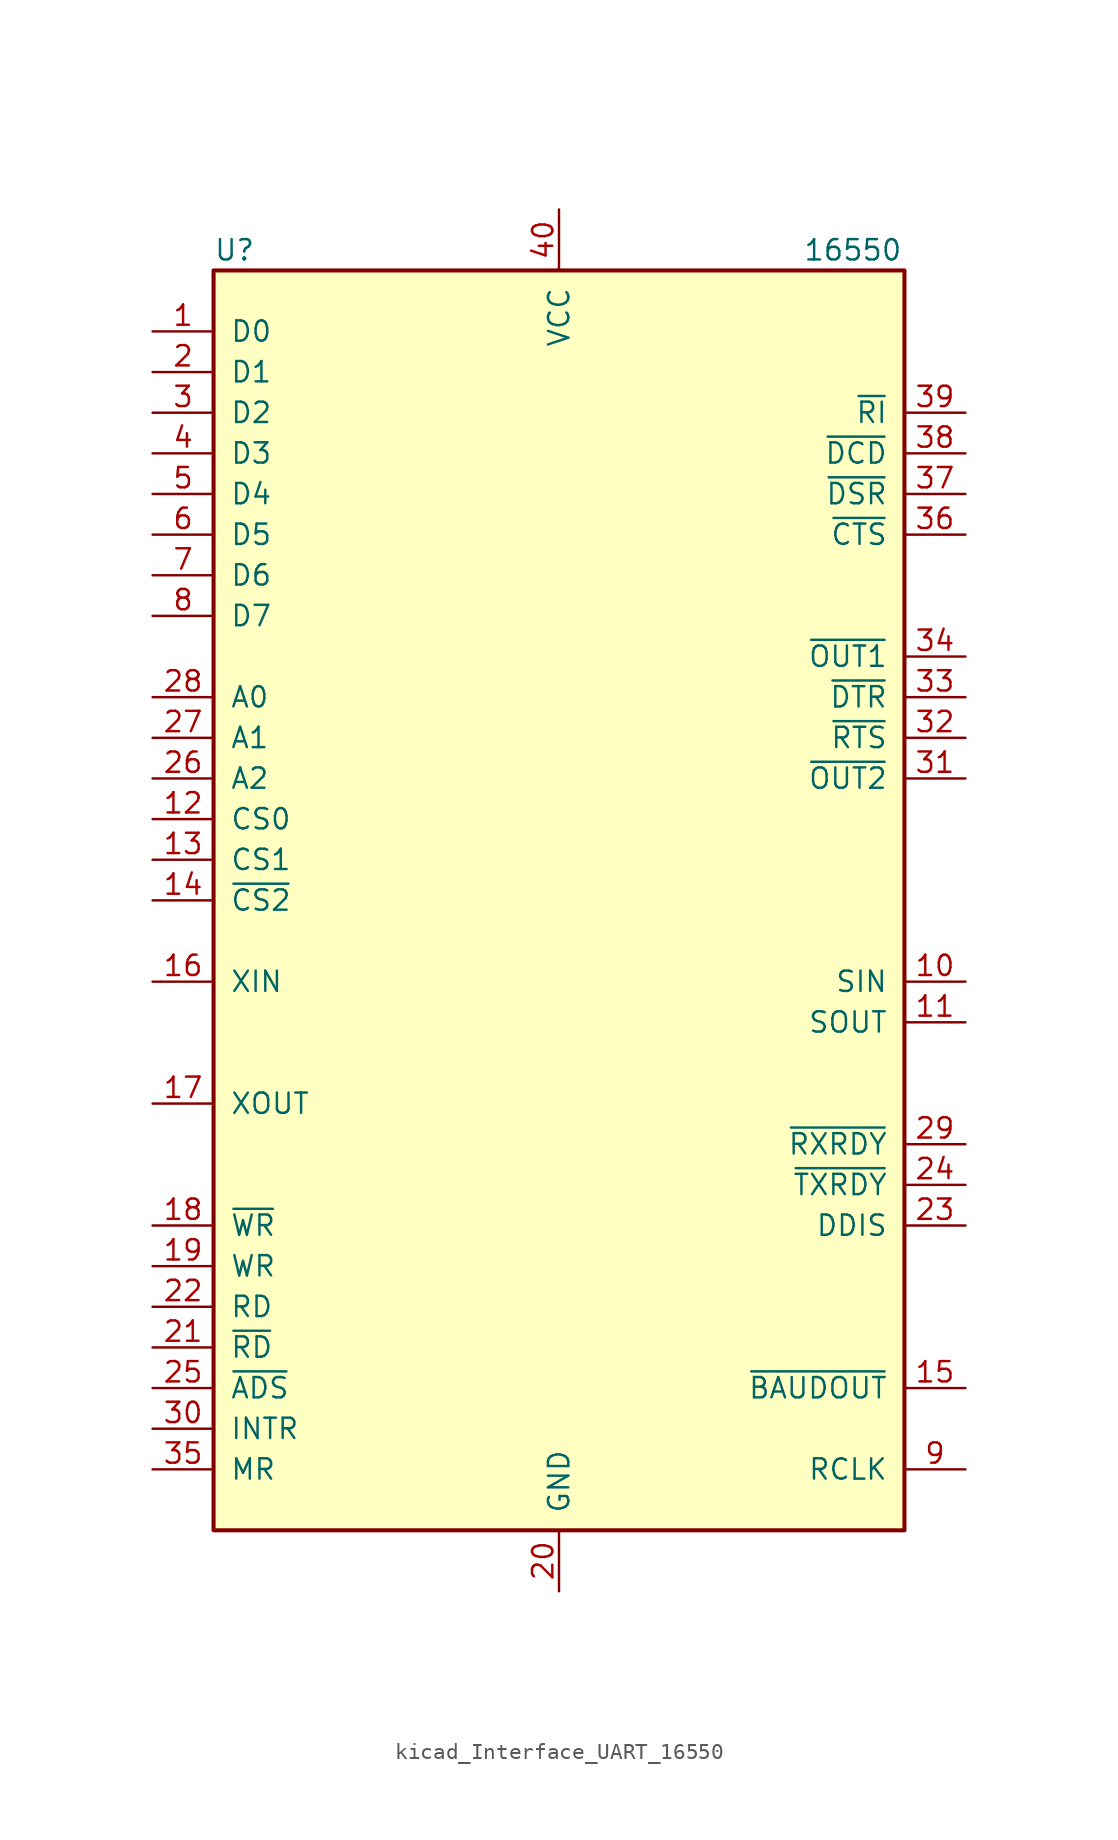
<source format=kicad_sym>
(kicad_symbol_lib
  (version 20220914)
  (generator kicad_symbol_editor)
  (symbol "kicad_Interface_UART_16550"
    (pin_names
      (offset 1.016))
    (property "Reference" "U"
      (at -21.59 40.64 0)
      (effects (font (size 1.27 1.27)) (justify left)))
    (property "Value" "16550"
      (at 15.24 40.64 0)
      (effects (font (size 1.27 1.27)) (justify left)))
    (symbol "kicad_Interface_UART_16550_0_1"
      (rectangle (start -21.59 -39.37) (end 21.59 39.37) (stroke (width 0.254) (type default)) (fill (type background))))
    (symbol "kicad_Interface_UART_16550_1_1"
      (pin bidirectional line (at -25.4 35.56 0) (length 3.81) (name "D0" (effects (font (size 1.27 1.27)))) (number "1" (effects (font (size 1.27 1.27)))))
      (pin input line (at 25.4 -5.08 180) (length 3.81) (name "SIN" (effects (font (size 1.27 1.27)))) (number "10" (effects (font (size 1.27 1.27)))))
      (pin output line (at 25.4 -7.62 180) (length 3.81) (name "SOUT" (effects (font (size 1.27 1.27)))) (number "11" (effects (font (size 1.27 1.27)))))
      (pin input line (at -25.4 5.08 0) (length 3.81) (name "CS0" (effects (font (size 1.27 1.27)))) (number "12" (effects (font (size 1.27 1.27)))))
      (pin input line (at -25.4 2.54 0) (length 3.81) (name "CS1" (effects (font (size 1.27 1.27)))) (number "13" (effects (font (size 1.27 1.27)))))
      (pin input line (at -25.4 0 0) (length 3.81) (name "~{CS2}" (effects (font (size 1.27 1.27)))) (number "14" (effects (font (size 1.27 1.27)))))
      (pin output line (at 25.4 -30.48 180) (length 3.81) (name "~{BAUDOUT}" (effects (font (size 1.27 1.27)))) (number "15" (effects (font (size 1.27 1.27)))))
      (pin input line (at -25.4 -5.08 0) (length 3.81) (name "XIN" (effects (font (size 1.27 1.27)))) (number "16" (effects (font (size 1.27 1.27)))))
      (pin output line (at -25.4 -12.7 0) (length 3.81) (name "XOUT" (effects (font (size 1.27 1.27)))) (number "17" (effects (font (size 1.27 1.27)))))
      (pin input line (at -25.4 -20.32 0) (length 3.81) (name "~{WR}" (effects (font (size 1.27 1.27)))) (number "18" (effects (font (size 1.27 1.27)))))
      (pin input line (at -25.4 -22.86 0) (length 3.81) (name "WR" (effects (font (size 1.27 1.27)))) (number "19" (effects (font (size 1.27 1.27)))))
      (pin bidirectional line (at -25.4 33.02 0) (length 3.81) (name "D1" (effects (font (size 1.27 1.27)))) (number "2" (effects (font (size 1.27 1.27)))))
      (pin power_in line (at 0 -43.18 90) (length 3.81) (name "GND" (effects (font (size 1.27 1.27)))) (number "20" (effects (font (size 1.27 1.27)))))
      (pin input line (at -25.4 -27.94 0) (length 3.81) (name "~{RD}" (effects (font (size 1.27 1.27)))) (number "21" (effects (font (size 1.27 1.27)))))
      (pin input line (at -25.4 -25.4 0) (length 3.81) (name "RD" (effects (font (size 1.27 1.27)))) (number "22" (effects (font (size 1.27 1.27)))))
      (pin output line (at 25.4 -20.32 180) (length 3.81) (name "DDIS" (effects (font (size 1.27 1.27)))) (number "23" (effects (font (size 1.27 1.27)))))
      (pin output line (at 25.4 -17.78 180) (length 3.81) (name "~{TXRDY}" (effects (font (size 1.27 1.27)))) (number "24" (effects (font (size 1.27 1.27)))))
      (pin input line (at -25.4 -30.48 0) (length 3.81) (name "~{ADS}" (effects (font (size 1.27 1.27)))) (number "25" (effects (font (size 1.27 1.27)))))
      (pin input line (at -25.4 7.62 0) (length 3.81) (name "A2" (effects (font (size 1.27 1.27)))) (number "26" (effects (font (size 1.27 1.27)))))
      (pin input line (at -25.4 10.16 0) (length 3.81) (name "A1" (effects (font (size 1.27 1.27)))) (number "27" (effects (font (size 1.27 1.27)))))
      (pin input line (at -25.4 12.7 0) (length 3.81) (name "A0" (effects (font (size 1.27 1.27)))) (number "28" (effects (font (size 1.27 1.27)))))
      (pin output line (at 25.4 -15.24 180) (length 3.81) (name "~{RXRDY}" (effects (font (size 1.27 1.27)))) (number "29" (effects (font (size 1.27 1.27)))))
      (pin bidirectional line (at -25.4 30.48 0) (length 3.81) (name "D2" (effects (font (size 1.27 1.27)))) (number "3" (effects (font (size 1.27 1.27)))))
      (pin output line (at -25.4 -33.02 0) (length 3.81) (name "INTR" (effects (font (size 1.27 1.27)))) (number "30" (effects (font (size 1.27 1.27)))))
      (pin output line (at 25.4 7.62 180) (length 3.81) (name "~{OUT2}" (effects (font (size 1.27 1.27)))) (number "31" (effects (font (size 1.27 1.27)))))
      (pin output line (at 25.4 10.16 180) (length 3.81) (name "~{RTS}" (effects (font (size 1.27 1.27)))) (number "32" (effects (font (size 1.27 1.27)))))
      (pin output line (at 25.4 12.7 180) (length 3.81) (name "~{DTR}" (effects (font (size 1.27 1.27)))) (number "33" (effects (font (size 1.27 1.27)))))
      (pin output line (at 25.4 15.24 180) (length 3.81) (name "~{OUT1}" (effects (font (size 1.27 1.27)))) (number "34" (effects (font (size 1.27 1.27)))))
      (pin input line (at -25.4 -35.56 0) (length 3.81) (name "MR" (effects (font (size 1.27 1.27)))) (number "35" (effects (font (size 1.27 1.27)))))
      (pin input line (at 25.4 22.86 180) (length 3.81) (name "~{CTS}" (effects (font (size 1.27 1.27)))) (number "36" (effects (font (size 1.27 1.27)))))
      (pin input line (at 25.4 25.4 180) (length 3.81) (name "~{DSR}" (effects (font (size 1.27 1.27)))) (number "37" (effects (font (size 1.27 1.27)))))
      (pin input line (at 25.4 27.94 180) (length 3.81) (name "~{DCD}" (effects (font (size 1.27 1.27)))) (number "38" (effects (font (size 1.27 1.27)))))
      (pin input line (at 25.4 30.48 180) (length 3.81) (name "~{RI}" (effects (font (size 1.27 1.27)))) (number "39" (effects (font (size 1.27 1.27)))))
      (pin bidirectional line (at -25.4 27.94 0) (length 3.81) (name "D3" (effects (font (size 1.27 1.27)))) (number "4" (effects (font (size 1.27 1.27)))))
      (pin power_in line (at 0 43.18 270) (length 3.81) (name "VCC" (effects (font (size 1.27 1.27)))) (number "40" (effects (font (size 1.27 1.27)))))
      (pin bidirectional line (at -25.4 25.4 0) (length 3.81) (name "D4" (effects (font (size 1.27 1.27)))) (number "5" (effects (font (size 1.27 1.27)))))
      (pin bidirectional line (at -25.4 22.86 0) (length 3.81) (name "D5" (effects (font (size 1.27 1.27)))) (number "6" (effects (font (size 1.27 1.27)))))
      (pin bidirectional line (at -25.4 20.32 0) (length 3.81) (name "D6" (effects (font (size 1.27 1.27)))) (number "7" (effects (font (size 1.27 1.27)))))
      (pin bidirectional line (at -25.4 17.78 0) (length 3.81) (name "D7" (effects (font (size 1.27 1.27)))) (number "8" (effects (font (size 1.27 1.27)))))
      (pin input line (at 25.4 -35.56 180) (length 3.81) (name "RCLK" (effects (font (size 1.27 1.27)))) (number "9" (effects (font (size 1.27 1.27))))))))
</source>
